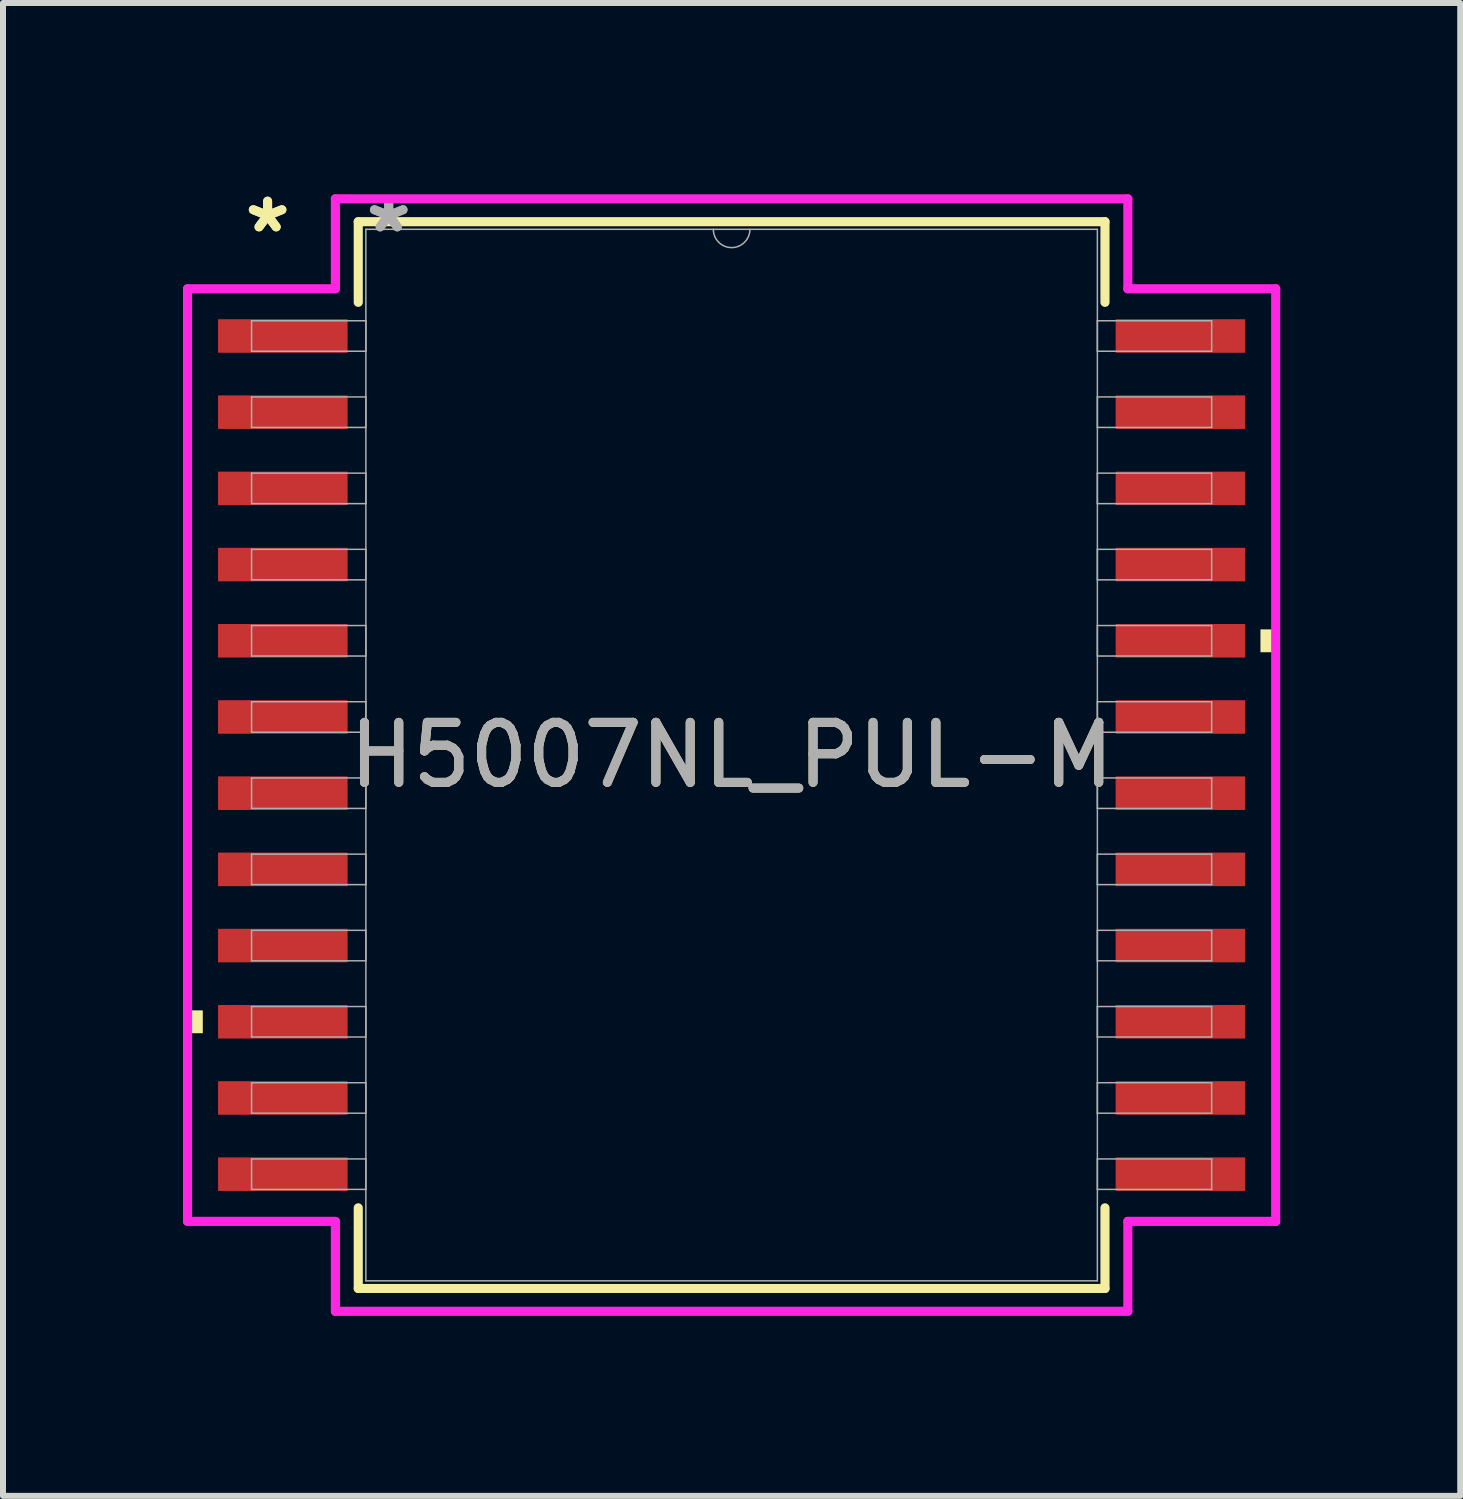
<source format=kicad_pcb>
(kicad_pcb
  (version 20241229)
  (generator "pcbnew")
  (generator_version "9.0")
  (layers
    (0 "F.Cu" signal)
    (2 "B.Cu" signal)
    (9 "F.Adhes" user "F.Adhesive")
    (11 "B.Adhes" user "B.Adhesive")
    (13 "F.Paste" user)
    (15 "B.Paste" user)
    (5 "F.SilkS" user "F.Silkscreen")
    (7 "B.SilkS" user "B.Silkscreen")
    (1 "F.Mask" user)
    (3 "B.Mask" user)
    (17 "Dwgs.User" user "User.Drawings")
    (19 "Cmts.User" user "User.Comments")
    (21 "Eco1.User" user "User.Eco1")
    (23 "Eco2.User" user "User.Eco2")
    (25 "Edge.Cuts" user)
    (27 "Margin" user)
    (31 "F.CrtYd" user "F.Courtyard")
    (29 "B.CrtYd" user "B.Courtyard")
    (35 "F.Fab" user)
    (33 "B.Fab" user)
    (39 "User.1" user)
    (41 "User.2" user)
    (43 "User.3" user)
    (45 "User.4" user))
  (footprint "H5007NL_PUL-M"
    (layer "F.Cu")
    (at 9.144 9.535)
    (property "Reference" "H5007NL_PUL-M" (at 0 0 0) (unlocked yes) (layer "F.SilkS") (effects (font (size 1 1) (thickness 0.15))))
    (attr smd)
    (fp_line (start -6.223 -8.89) (end -6.223 -7.546) (stroke (width 0.152) (type solid)) (layer "F.SilkS"))
    (fp_line (start -6.223 7.546) (end -6.223 8.89) (stroke (width 0.152) (type solid)) (layer "F.SilkS"))
    (fp_line (start -6.223 8.89) (end 6.223 8.89) (stroke (width 0.152) (type solid)) (layer "F.SilkS"))
    (fp_line (start 6.223 -8.89) (end -6.223 -8.89) (stroke (width 0.152) (type solid)) (layer "F.SilkS"))
    (fp_line (start 6.223 -7.546) (end 6.223 -8.89) (stroke (width 0.152) (type solid)) (layer "F.SilkS"))
    (fp_line (start 6.223 8.89) (end 6.223 7.546) (stroke (width 0.152) (type solid)) (layer "F.SilkS"))
    (fp_poly (pts (xy -9.068 4.255) (xy -9.068 4.636) (xy -8.814 4.636) (xy -8.814 4.255)) (stroke (width 0) (type solid)) (fill yes) (layer "F.SilkS"))
    (fp_poly (pts (xy 9.068 -2.095) (xy 9.068 -1.714) (xy 8.814 -1.714) (xy 8.814 -2.095)) (stroke (width 0) (type solid)) (fill yes) (layer "F.SilkS"))
    (fp_line (start -9.068 -7.772) (end -6.604 -7.772) (stroke (width 0.152) (type solid)) (layer "F.CrtYd"))
    (fp_line (start -9.068 7.772) (end -9.068 -7.772) (stroke (width 0.152) (type solid)) (layer "F.CrtYd"))
    (fp_line (start -9.068 7.772) (end -6.604 7.772) (stroke (width 0.152) (type solid)) (layer "F.CrtYd"))
    (fp_line (start -6.604 -9.271) (end 6.604 -9.271) (stroke (width 0.152) (type solid)) (layer "F.CrtYd"))
    (fp_line (start -6.604 -7.772) (end -6.604 -9.271) (stroke (width 0.152) (type solid)) (layer "F.CrtYd"))
    (fp_line (start -6.604 9.271) (end -6.604 7.772) (stroke (width 0.152) (type solid)) (layer "F.CrtYd"))
    (fp_line (start 6.604 -9.271) (end 6.604 -7.772) (stroke (width 0.152) (type solid)) (layer "F.CrtYd"))
    (fp_line (start 6.604 7.772) (end 6.604 9.271) (stroke (width 0.152) (type solid)) (layer "F.CrtYd"))
    (fp_line (start 6.604 9.271) (end -6.604 9.271) (stroke (width 0.152) (type solid)) (layer "F.CrtYd"))
    (fp_line (start 9.068 -7.772) (end 6.604 -7.772) (stroke (width 0.152) (type solid)) (layer "F.CrtYd"))
    (fp_line (start 9.068 -7.772) (end 9.068 7.772) (stroke (width 0.152) (type solid)) (layer "F.CrtYd"))
    (fp_line (start 9.068 7.772) (end 6.604 7.772) (stroke (width 0.152) (type solid)) (layer "F.CrtYd"))
    (fp_line (start -8.001 -7.239) (end -8.001 -6.731) (stroke (width 0.025) (type solid)) (layer "F.Fab"))
    (fp_line (start -8.001 -6.731) (end -6.096 -6.731) (stroke (width 0.025) (type solid)) (layer "F.Fab"))
    (fp_line (start -8.001 -5.969) (end -8.001 -5.461) (stroke (width 0.025) (type solid)) (layer "F.Fab"))
    (fp_line (start -8.001 -5.461) (end -6.096 -5.461) (stroke (width 0.025) (type solid)) (layer "F.Fab"))
    (fp_line (start -8.001 -4.699) (end -8.001 -4.191) (stroke (width 0.025) (type solid)) (layer "F.Fab"))
    (fp_line (start -8.001 -4.191) (end -6.096 -4.191) (stroke (width 0.025) (type solid)) (layer "F.Fab"))
    (fp_line (start -8.001 -3.429) (end -8.001 -2.921) (stroke (width 0.025) (type solid)) (layer "F.Fab"))
    (fp_line (start -8.001 -2.921) (end -6.096 -2.921) (stroke (width 0.025) (type solid)) (layer "F.Fab"))
    (fp_line (start -8.001 -2.159) (end -8.001 -1.651) (stroke (width 0.025) (type solid)) (layer "F.Fab"))
    (fp_line (start -8.001 -1.651) (end -6.096 -1.651) (stroke (width 0.025) (type solid)) (layer "F.Fab"))
    (fp_line (start -8.001 -0.889) (end -8.001 -0.381) (stroke (width 0.025) (type solid)) (layer "F.Fab"))
    (fp_line (start -8.001 -0.381) (end -6.096 -0.381) (stroke (width 0.025) (type solid)) (layer "F.Fab"))
    (fp_line (start -8.001 0.381) (end -8.001 0.889) (stroke (width 0.025) (type solid)) (layer "F.Fab"))
    (fp_line (start -8.001 0.889) (end -6.096 0.889) (stroke (width 0.025) (type solid)) (layer "F.Fab"))
    (fp_line (start -8.001 1.651) (end -8.001 2.159) (stroke (width 0.025) (type solid)) (layer "F.Fab"))
    (fp_line (start -8.001 2.159) (end -6.096 2.159) (stroke (width 0.025) (type solid)) (layer "F.Fab"))
    (fp_line (start -8.001 2.921) (end -8.001 3.429) (stroke (width 0.025) (type solid)) (layer "F.Fab"))
    (fp_line (start -8.001 3.429) (end -6.096 3.429) (stroke (width 0.025) (type solid)) (layer "F.Fab"))
    (fp_line (start -8.001 4.191) (end -8.001 4.699) (stroke (width 0.025) (type solid)) (layer "F.Fab"))
    (fp_line (start -8.001 4.699) (end -6.096 4.699) (stroke (width 0.025) (type solid)) (layer "F.Fab"))
    (fp_line (start -8.001 5.461) (end -8.001 5.969) (stroke (width 0.025) (type solid)) (layer "F.Fab"))
    (fp_line (start -8.001 5.969) (end -6.096 5.969) (stroke (width 0.025) (type solid)) (layer "F.Fab"))
    (fp_line (start -8.001 6.731) (end -8.001 7.239) (stroke (width 0.025) (type solid)) (layer "F.Fab"))
    (fp_line (start -8.001 7.239) (end -6.096 7.239) (stroke (width 0.025) (type solid)) (layer "F.Fab"))
    (fp_line (start -6.096 -8.763) (end -6.096 8.763) (stroke (width 0.025) (type solid)) (layer "F.Fab"))
    (fp_line (start -6.096 -7.239) (end -8.001 -7.239) (stroke (width 0.025) (type solid)) (layer "F.Fab"))
    (fp_line (start -6.096 -6.731) (end -6.096 -7.239) (stroke (width 0.025) (type solid)) (layer "F.Fab"))
    (fp_line (start -6.096 -5.969) (end -8.001 -5.969) (stroke (width 0.025) (type solid)) (layer "F.Fab"))
    (fp_line (start -6.096 -5.461) (end -6.096 -5.969) (stroke (width 0.025) (type solid)) (layer "F.Fab"))
    (fp_line (start -6.096 -4.699) (end -8.001 -4.699) (stroke (width 0.025) (type solid)) (layer "F.Fab"))
    (fp_line (start -6.096 -4.191) (end -6.096 -4.699) (stroke (width 0.025) (type solid)) (layer "F.Fab"))
    (fp_line (start -6.096 -3.429) (end -8.001 -3.429) (stroke (width 0.025) (type solid)) (layer "F.Fab"))
    (fp_line (start -6.096 -2.921) (end -6.096 -3.429) (stroke (width 0.025) (type solid)) (layer "F.Fab"))
    (fp_line (start -6.096 -2.159) (end -8.001 -2.159) (stroke (width 0.025) (type solid)) (layer "F.Fab"))
    (fp_line (start -6.096 -1.651) (end -6.096 -2.159) (stroke (width 0.025) (type solid)) (layer "F.Fab"))
    (fp_line (start -6.096 -0.889) (end -8.001 -0.889) (stroke (width 0.025) (type solid)) (layer "F.Fab"))
    (fp_line (start -6.096 -0.381) (end -6.096 -0.889) (stroke (width 0.025) (type solid)) (layer "F.Fab"))
    (fp_line (start -6.096 0.381) (end -8.001 0.381) (stroke (width 0.025) (type solid)) (layer "F.Fab"))
    (fp_line (start -6.096 0.889) (end -6.096 0.381) (stroke (width 0.025) (type solid)) (layer "F.Fab"))
    (fp_line (start -6.096 1.651) (end -8.001 1.651) (stroke (width 0.025) (type solid)) (layer "F.Fab"))
    (fp_line (start -6.096 2.159) (end -6.096 1.651) (stroke (width 0.025) (type solid)) (layer "F.Fab"))
    (fp_line (start -6.096 2.921) (end -8.001 2.921) (stroke (width 0.025) (type solid)) (layer "F.Fab"))
    (fp_line (start -6.096 3.429) (end -6.096 2.921) (stroke (width 0.025) (type solid)) (layer "F.Fab"))
    (fp_line (start -6.096 4.191) (end -8.001 4.191) (stroke (width 0.025) (type solid)) (layer "F.Fab"))
    (fp_line (start -6.096 4.699) (end -6.096 4.191) (stroke (width 0.025) (type solid)) (layer "F.Fab"))
    (fp_line (start -6.096 5.461) (end -8.001 5.461) (stroke (width 0.025) (type solid)) (layer "F.Fab"))
    (fp_line (start -6.096 5.969) (end -6.096 5.461) (stroke (width 0.025) (type solid)) (layer "F.Fab"))
    (fp_line (start -6.096 6.731) (end -8.001 6.731) (stroke (width 0.025) (type solid)) (layer "F.Fab"))
    (fp_line (start -6.096 7.239) (end -6.096 6.731) (stroke (width 0.025) (type solid)) (layer "F.Fab"))
    (fp_line (start -6.096 8.763) (end 6.096 8.763) (stroke (width 0.025) (type solid)) (layer "F.Fab"))
    (fp_line (start 6.096 -8.763) (end -6.096 -8.763) (stroke (width 0.025) (type solid)) (layer "F.Fab"))
    (fp_line (start 6.096 -7.239) (end 6.096 -6.731) (stroke (width 0.025) (type solid)) (layer "F.Fab"))
    (fp_line (start 6.096 -6.731) (end 8.001 -6.731) (stroke (width 0.025) (type solid)) (layer "F.Fab"))
    (fp_line (start 6.096 -5.969) (end 6.096 -5.461) (stroke (width 0.025) (type solid)) (layer "F.Fab"))
    (fp_line (start 6.096 -5.461) (end 8.001 -5.461) (stroke (width 0.025) (type solid)) (layer "F.Fab"))
    (fp_line (start 6.096 -4.699) (end 6.096 -4.191) (stroke (width 0.025) (type solid)) (layer "F.Fab"))
    (fp_line (start 6.096 -4.191) (end 8.001 -4.191) (stroke (width 0.025) (type solid)) (layer "F.Fab"))
    (fp_line (start 6.096 -3.429) (end 6.096 -2.921) (stroke (width 0.025) (type solid)) (layer "F.Fab"))
    (fp_line (start 6.096 -2.921) (end 8.001 -2.921) (stroke (width 0.025) (type solid)) (layer "F.Fab"))
    (fp_line (start 6.096 -2.159) (end 6.096 -1.651) (stroke (width 0.025) (type solid)) (layer "F.Fab"))
    (fp_line (start 6.096 -1.651) (end 8.001 -1.651) (stroke (width 0.025) (type solid)) (layer "F.Fab"))
    (fp_line (start 6.096 -0.889) (end 6.096 -0.381) (stroke (width 0.025) (type solid)) (layer "F.Fab"))
    (fp_line (start 6.096 -0.381) (end 8.001 -0.381) (stroke (width 0.025) (type solid)) (layer "F.Fab"))
    (fp_line (start 6.096 0.381) (end 6.096 0.889) (stroke (width 0.025) (type solid)) (layer "F.Fab"))
    (fp_line (start 6.096 0.889) (end 8.001 0.889) (stroke (width 0.025) (type solid)) (layer "F.Fab"))
    (fp_line (start 6.096 1.651) (end 6.096 2.159) (stroke (width 0.025) (type solid)) (layer "F.Fab"))
    (fp_line (start 6.096 2.159) (end 8.001 2.159) (stroke (width 0.025) (type solid)) (layer "F.Fab"))
    (fp_line (start 6.096 2.921) (end 6.096 3.429) (stroke (width 0.025) (type solid)) (layer "F.Fab"))
    (fp_line (start 6.096 3.429) (end 8.001 3.429) (stroke (width 0.025) (type solid)) (layer "F.Fab"))
    (fp_line (start 6.096 4.191) (end 6.096 4.699) (stroke (width 0.025) (type solid)) (layer "F.Fab"))
    (fp_line (start 6.096 4.699) (end 8.001 4.699) (stroke (width 0.025) (type solid)) (layer "F.Fab"))
    (fp_line (start 6.096 5.461) (end 6.096 5.969) (stroke (width 0.025) (type solid)) (layer "F.Fab"))
    (fp_line (start 6.096 5.969) (end 8.001 5.969) (stroke (width 0.025) (type solid)) (layer "F.Fab"))
    (fp_line (start 6.096 6.731) (end 6.096 7.239) (stroke (width 0.025) (type solid)) (layer "F.Fab"))
    (fp_line (start 6.096 7.239) (end 8.001 7.239) (stroke (width 0.025) (type solid)) (layer "F.Fab"))
    (fp_line (start 6.096 8.763) (end 6.096 -8.763) (stroke (width 0.025) (type solid)) (layer "F.Fab"))
    (fp_line (start 8.001 -7.239) (end 6.096 -7.239) (stroke (width 0.025) (type solid)) (layer "F.Fab"))
    (fp_line (start 8.001 -6.731) (end 8.001 -7.239) (stroke (width 0.025) (type solid)) (layer "F.Fab"))
    (fp_line (start 8.001 -5.969) (end 6.096 -5.969) (stroke (width 0.025) (type solid)) (layer "F.Fab"))
    (fp_line (start 8.001 -5.461) (end 8.001 -5.969) (stroke (width 0.025) (type solid)) (layer "F.Fab"))
    (fp_line (start 8.001 -4.699) (end 6.096 -4.699) (stroke (width 0.025) (type solid)) (layer "F.Fab"))
    (fp_line (start 8.001 -4.191) (end 8.001 -4.699) (stroke (width 0.025) (type solid)) (layer "F.Fab"))
    (fp_line (start 8.001 -3.429) (end 6.096 -3.429) (stroke (width 0.025) (type solid)) (layer "F.Fab"))
    (fp_line (start 8.001 -2.921) (end 8.001 -3.429) (stroke (width 0.025) (type solid)) (layer "F.Fab"))
    (fp_line (start 8.001 -2.159) (end 6.096 -2.159) (stroke (width 0.025) (type solid)) (layer "F.Fab"))
    (fp_line (start 8.001 -1.651) (end 8.001 -2.159) (stroke (width 0.025) (type solid)) (layer "F.Fab"))
    (fp_line (start 8.001 -0.889) (end 6.096 -0.889) (stroke (width 0.025) (type solid)) (layer "F.Fab"))
    (fp_line (start 8.001 -0.381) (end 8.001 -0.889) (stroke (width 0.025) (type solid)) (layer "F.Fab"))
    (fp_line (start 8.001 0.381) (end 6.096 0.381) (stroke (width 0.025) (type solid)) (layer "F.Fab"))
    (fp_line (start 8.001 0.889) (end 8.001 0.381) (stroke (width 0.025) (type solid)) (layer "F.Fab"))
    (fp_line (start 8.001 1.651) (end 6.096 1.651) (stroke (width 0.025) (type solid)) (layer "F.Fab"))
    (fp_line (start 8.001 2.159) (end 8.001 1.651) (stroke (width 0.025) (type solid)) (layer "F.Fab"))
    (fp_line (start 8.001 2.921) (end 6.096 2.921) (stroke (width 0.025) (type solid)) (layer "F.Fab"))
    (fp_line (start 8.001 3.429) (end 8.001 2.921) (stroke (width 0.025) (type solid)) (layer "F.Fab"))
    (fp_line (start 8.001 4.191) (end 6.096 4.191) (stroke (width 0.025) (type solid)) (layer "F.Fab"))
    (fp_line (start 8.001 4.699) (end 8.001 4.191) (stroke (width 0.025) (type solid)) (layer "F.Fab"))
    (fp_line (start 8.001 5.461) (end 6.096 5.461) (stroke (width 0.025) (type solid)) (layer "F.Fab"))
    (fp_line (start 8.001 5.969) (end 8.001 5.461) (stroke (width 0.025) (type solid)) (layer "F.Fab"))
    (fp_line (start 8.001 6.731) (end 6.096 6.731) (stroke (width 0.025) (type solid)) (layer "F.Fab"))
    (fp_line (start 8.001 7.239) (end 8.001 6.731) (stroke (width 0.025) (type solid)) (layer "F.Fab"))
    (fp_arc (start 0.3048 -8.763) (mid 0 -8.4582) (end -0.3048 -8.763) (stroke (width 0.0254) (type solid)) (layer "F.Fab"))
    (fp_text user "*" (at -7.734 -8.687 0) (unlocked yes) (layer "F.SilkS") (effects (font (size 1 1) (thickness 0.15))))
    (fp_text user "*" (at -7.734 -8.687 0) (layer "F.SilkS") (effects (font (size 1 1) (thickness 0.15))))
    (fp_text user "*" (at -5.715 -8.687 0) (layer "F.Fab") (effects (font (size 1 1) (thickness 0.15))))
    (fp_text user "*" (at -5.715 -8.687 0) (unlocked yes) (layer "F.Fab") (effects (font (size 1 1) (thickness 0.15))))
    (fp_text user "${REFERENCE}" (at 0 0 0) (unlocked yes) (layer "F.Fab") (effects (font (size 1 1) (thickness 0.15))))
    (pad "1" smd rect (at -7.48 -6.985) (size 2.159 0.559) (layers "F.Cu" "F.Mask" "F.Paste"))
    (pad "2" smd rect (at -7.48 -5.715) (size 2.159 0.559) (layers "F.Cu" "F.Mask" "F.Paste"))
    (pad "3" smd rect (at -7.48 -4.445) (size 2.159 0.559) (layers "F.Cu" "F.Mask" "F.Paste"))
    (pad "4" smd rect (at -7.48 -3.175) (size 2.159 0.559) (layers "F.Cu" "F.Mask" "F.Paste"))
    (pad "5" smd rect (at -7.48 -1.905) (size 2.159 0.559) (layers "F.Cu" "F.Mask" "F.Paste"))
    (pad "6" smd rect (at -7.48 -0.635) (size 2.159 0.559) (layers "F.Cu" "F.Mask" "F.Paste"))
    (pad "7" smd rect (at -7.48 0.635) (size 2.159 0.559) (layers "F.Cu" "F.Mask" "F.Paste"))
    (pad "8" smd rect (at -7.48 1.905) (size 2.159 0.559) (layers "F.Cu" "F.Mask" "F.Paste"))
    (pad "9" smd rect (at -7.48 3.175) (size 2.159 0.559) (layers "F.Cu" "F.Mask" "F.Paste"))
    (pad "10" smd rect (at -7.48 4.445) (size 2.159 0.559) (layers "F.Cu" "F.Mask" "F.Paste"))
    (pad "11" smd rect (at -7.48 5.715) (size 2.159 0.559) (layers "F.Cu" "F.Mask" "F.Paste"))
    (pad "12" smd rect (at -7.48 6.985) (size 2.159 0.559) (layers "F.Cu" "F.Mask" "F.Paste"))
    (pad "13" smd rect (at 7.48 6.985) (size 2.159 0.559) (layers "F.Cu" "F.Mask" "F.Paste"))
    (pad "14" smd rect (at 7.48 5.715) (size 2.159 0.559) (layers "F.Cu" "F.Mask" "F.Paste"))
    (pad "15" smd rect (at 7.48 4.445) (size 2.159 0.559) (layers "F.Cu" "F.Mask" "F.Paste"))
    (pad "16" smd rect (at 7.48 3.175) (size 2.159 0.559) (layers "F.Cu" "F.Mask" "F.Paste"))
    (pad "17" smd rect (at 7.48 1.905) (size 2.159 0.559) (layers "F.Cu" "F.Mask" "F.Paste"))
    (pad "18" smd rect (at 7.48 0.635) (size 2.159 0.559) (layers "F.Cu" "F.Mask" "F.Paste"))
    (pad "19" smd rect (at 7.48 -0.635) (size 2.159 0.559) (layers "F.Cu" "F.Mask" "F.Paste"))
    (pad "20" smd rect (at 7.48 -1.905) (size 2.159 0.559) (layers "F.Cu" "F.Mask" "F.Paste"))
    (pad "21" smd rect (at 7.48 -3.175) (size 2.159 0.559) (layers "F.Cu" "F.Mask" "F.Paste"))
    (pad "22" smd rect (at 7.48 -4.445) (size 2.159 0.559) (layers "F.Cu" "F.Mask" "F.Paste"))
    (pad "23" smd rect (at 7.48 -5.715) (size 2.159 0.559) (layers "F.Cu" "F.Mask" "F.Paste"))
    (pad "24" smd rect (at 7.48 -6.985) (size 2.159 0.559) (layers "F.Cu" "F.Mask" "F.Paste")))
  (gr_rect
    (start -3 -3)
    (end 21.288 21.882)
    (stroke (width 0.1) (type default))
    (fill no)
    (layer "Edge.Cuts")))
</source>
